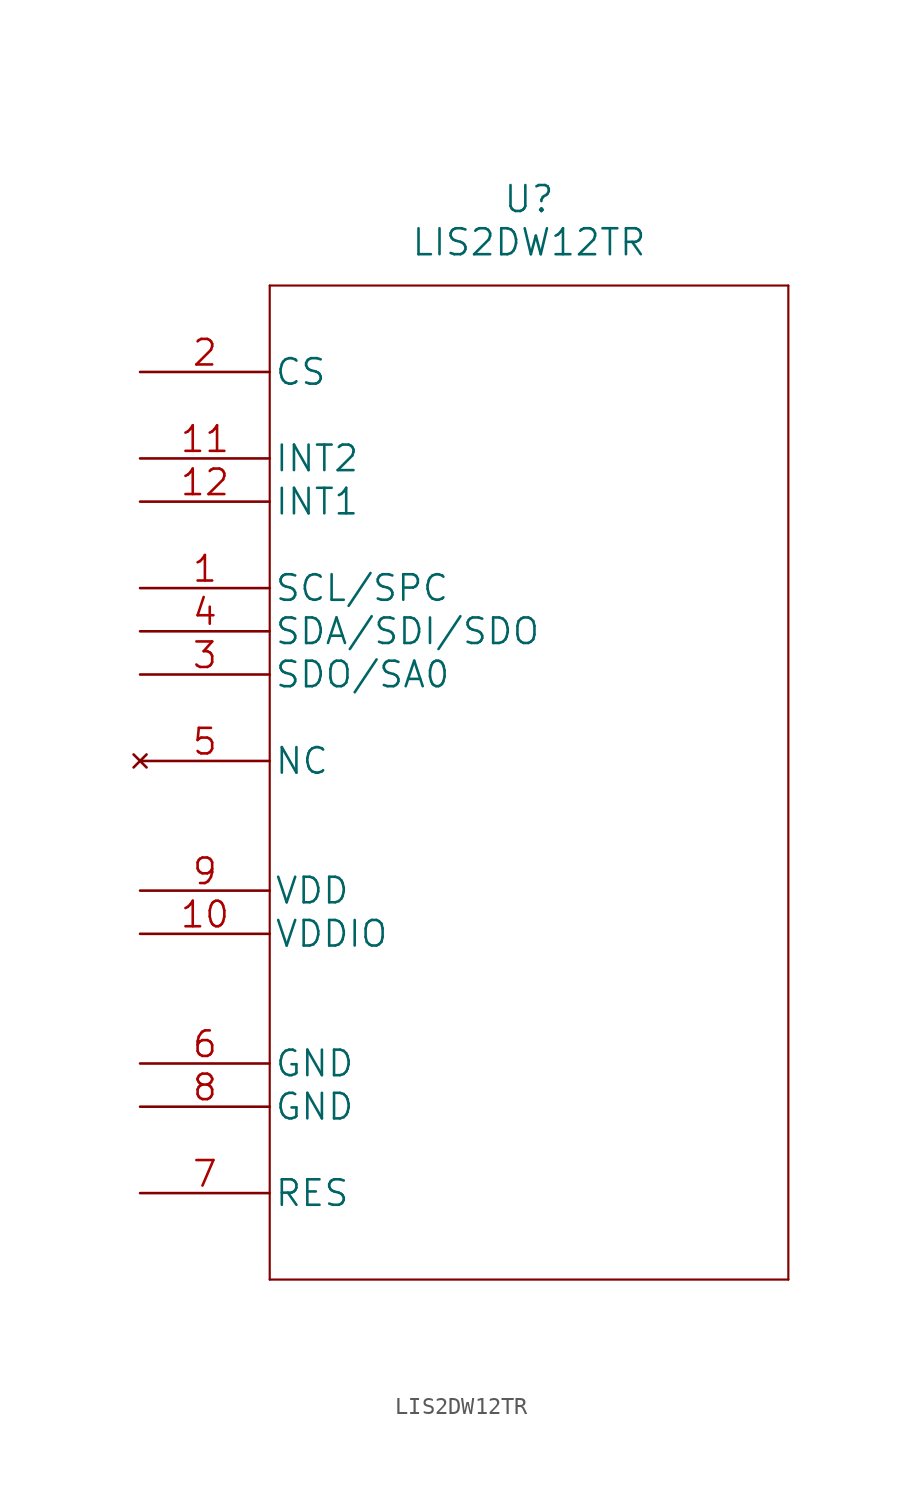
<source format=kicad_sym>
(kicad_symbol_lib
  (version 20220914)
  (generator kicad_symbol_editor)
  (symbol "LIS2DW12TR"
    (pin_names
      (offset 0.254))
    (property "Reference" "U"
      (at 22.86 10.16 0)
      (effects (font (size 1.524 1.524))))
    (property "Value" "LIS2DW12TR"
      (at 22.86 7.62 0)
      (effects (font (size 1.524 1.524))))
    (property "Datasheet" ""
      (at 0 0 0)
      (effects (font (size 1.524 1.524))))
    (property "ki_locked" ""
      (at 0 0 0)
      (effects (font (size 1.27 1.27))))
    (symbol "LIS2DW12TR_1_1"
      (polyline (pts (xy 7.62 -53.34) (xy 38.1 -53.34)) (stroke (width 0.127) (type solid)) (fill (type none)))
      (polyline (pts (xy 7.62 5.08) (xy 7.62 -53.34)) (stroke (width 0.127) (type solid)) (fill (type none)))
      (polyline (pts (xy 38.1 -53.34) (xy 38.1 5.08)) (stroke (width 0.127) (type solid)) (fill (type none)))
      (polyline (pts (xy 38.1 5.08) (xy 7.62 5.08)) (stroke (width 0.127) (type solid)) (fill (type none)))
      (pin bidirectional line (at 0 -12.7 0) (length 7.62) (name "SCL/SPC" (effects (font (size 1.499 1.499)))) (number "1" (effects (font (size 1.499 1.499)))))
      (pin power_in line (at 0 -33.02 0) (length 7.62) (name "VDDIO" (effects (font (size 1.499 1.499)))) (number "10" (effects (font (size 1.499 1.499)))))
      (pin output line (at 0 -5.08 0) (length 7.62) (name "INT2" (effects (font (size 1.499 1.499)))) (number "11" (effects (font (size 1.499 1.499)))))
      (pin output line (at 0 -7.62 0) (length 7.62) (name "INT1" (effects (font (size 1.499 1.499)))) (number "12" (effects (font (size 1.499 1.499)))))
      (pin input line (at 0 0 0) (length 7.62) (name "CS" (effects (font (size 1.499 1.499)))) (number "2" (effects (font (size 1.499 1.499)))))
      (pin bidirectional line (at 0 -17.78 0) (length 7.62) (name "SDO/SA0" (effects (font (size 1.499 1.499)))) (number "3" (effects (font (size 1.499 1.499)))))
      (pin bidirectional line (at 0 -15.24 0) (length 7.62) (name "SDA/SDI/SDO" (effects (font (size 1.499 1.499)))) (number "4" (effects (font (size 1.499 1.499)))))
      (pin no_connect line (at 0 -22.86 0) (length 7.62) (name "NC" (effects (font (size 1.499 1.499)))) (number "5" (effects (font (size 1.499 1.499)))))
      (pin power_in line (at 0 -40.64 0) (length 7.62) (name "GND" (effects (font (size 1.499 1.499)))) (number "6" (effects (font (size 1.499 1.499)))))
      (pin power_in line (at 0 -48.26 0) (length 7.62) (name "RES" (effects (font (size 1.499 1.499)))) (number "7" (effects (font (size 1.499 1.499)))))
      (pin power_in line (at 0 -43.18 0) (length 7.62) (name "GND" (effects (font (size 1.499 1.499)))) (number "8" (effects (font (size 1.499 1.499)))))
      (pin power_in line (at 0 -30.48 0) (length 7.62) (name "VDD" (effects (font (size 1.499 1.499)))) (number "9" (effects (font (size 1.499 1.499))))))))
</source>
